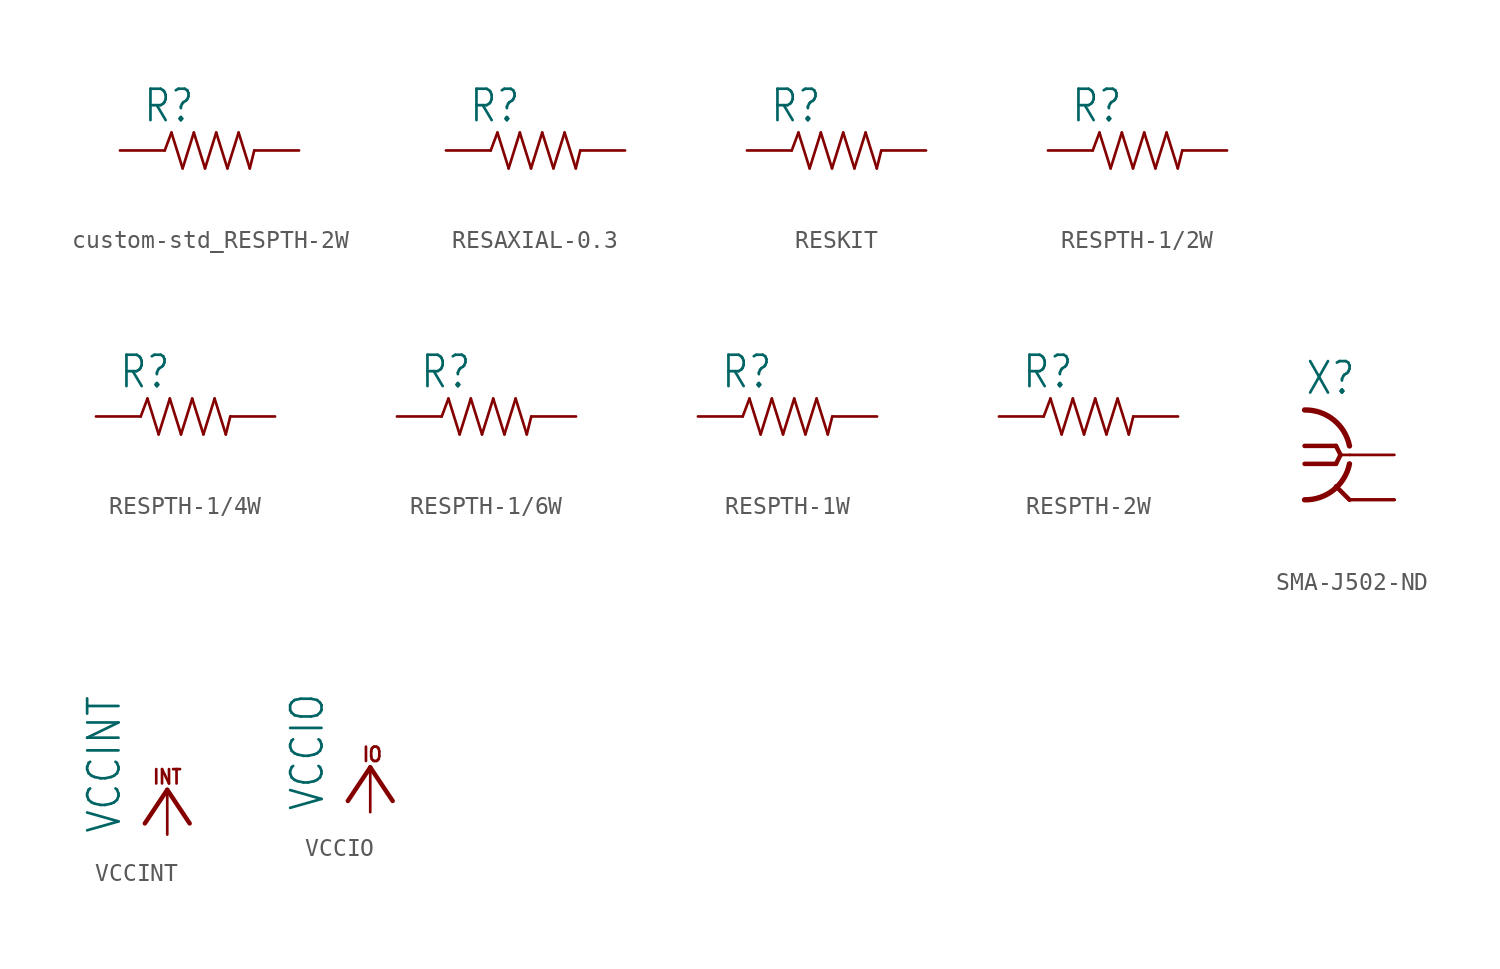
<source format=kicad_sym>
(kicad_symbol_lib
  (version 20220914)
  (generator kicad_symbol_editor)
  (symbol "custom-std_RESPTH-2W"
    (property "Reference" "R"
      (at -3.81 1.499 0)
      (effects (font (size 1.778 1.511)) (justify left bottom)))
    (property "Value" ""
      (at -3.81 -3.302 0)
      (effects (font (size 1.778 1.511)) (justify left bottom)))
    (property "ki_locked" ""
      (at 0 0 0)
      (effects (font (size 1.27 1.27))))
    (symbol "custom-std_RESPTH-2W_1_0"
      (polyline (pts (xy -2.54 0) (xy -2.159 1.016)) (stroke (width 0.152) (type solid)) (fill (type none)))
      (polyline (pts (xy -2.159 1.016) (xy -1.524 -1.016)) (stroke (width 0.152) (type solid)) (fill (type none)))
      (polyline (pts (xy -1.524 -1.016) (xy -0.889 1.016)) (stroke (width 0.152) (type solid)) (fill (type none)))
      (polyline (pts (xy -0.889 1.016) (xy -0.254 -1.016)) (stroke (width 0.152) (type solid)) (fill (type none)))
      (polyline (pts (xy -0.254 -1.016) (xy 0.381 1.016)) (stroke (width 0.152) (type solid)) (fill (type none)))
      (polyline (pts (xy 0.381 1.016) (xy 1.016 -1.016)) (stroke (width 0.152) (type solid)) (fill (type none)))
      (polyline (pts (xy 1.016 -1.016) (xy 1.651 1.016)) (stroke (width 0.152) (type solid)) (fill (type none)))
      (polyline (pts (xy 1.651 1.016) (xy 2.286 -1.016)) (stroke (width 0.152) (type solid)) (fill (type none)))
      (polyline (pts (xy 2.286 -1.016) (xy 2.54 0)) (stroke (width 0.152) (type solid)) (fill (type none)))
      (pin passive line (at -5.08 0 0) (length 2.54) (name "1" (effects (font (size 0 0)))) (number "P$1" (effects (font (size 0 0)))))
      (pin passive line (at 5.08 0 180) (length 2.54) (name "2" (effects (font (size 0 0)))) (number "P$2" (effects (font (size 0 0)))))))
  (symbol "RESAXIAL-0.3"
    (property "Reference" "R"
      (at -3.81 1.499 0)
      (effects (font (size 1.778 1.511)) (justify left bottom)))
    (property "Value" ""
      (at -3.81 -3.302 0)
      (effects (font (size 1.778 1.511)) (justify left bottom)))
    (property "ki_locked" ""
      (at 0 0 0)
      (effects (font (size 1.27 1.27))))
    (symbol "RESAXIAL-0.3_1_0"
      (polyline (pts (xy -2.54 0) (xy -2.159 1.016)) (stroke (width 0.152) (type solid)) (fill (type none)))
      (polyline (pts (xy -2.159 1.016) (xy -1.524 -1.016)) (stroke (width 0.152) (type solid)) (fill (type none)))
      (polyline (pts (xy -1.524 -1.016) (xy -0.889 1.016)) (stroke (width 0.152) (type solid)) (fill (type none)))
      (polyline (pts (xy -0.889 1.016) (xy -0.254 -1.016)) (stroke (width 0.152) (type solid)) (fill (type none)))
      (polyline (pts (xy -0.254 -1.016) (xy 0.381 1.016)) (stroke (width 0.152) (type solid)) (fill (type none)))
      (polyline (pts (xy 0.381 1.016) (xy 1.016 -1.016)) (stroke (width 0.152) (type solid)) (fill (type none)))
      (polyline (pts (xy 1.016 -1.016) (xy 1.651 1.016)) (stroke (width 0.152) (type solid)) (fill (type none)))
      (polyline (pts (xy 1.651 1.016) (xy 2.286 -1.016)) (stroke (width 0.152) (type solid)) (fill (type none)))
      (polyline (pts (xy 2.286 -1.016) (xy 2.54 0)) (stroke (width 0.152) (type solid)) (fill (type none)))
      (pin passive line (at -5.08 0 0) (length 2.54) (name "1" (effects (font (size 0 0)))) (number "P$1" (effects (font (size 0 0)))))
      (pin passive line (at 5.08 0 180) (length 2.54) (name "2" (effects (font (size 0 0)))) (number "P$2" (effects (font (size 0 0)))))))
  (symbol "RESKIT"
    (property "Reference" "R"
      (at -3.81 1.499 0)
      (effects (font (size 1.778 1.511)) (justify left bottom)))
    (property "Value" ""
      (at -3.81 -3.302 0)
      (effects (font (size 1.778 1.511)) (justify left bottom)))
    (property "ki_locked" ""
      (at 0 0 0)
      (effects (font (size 1.27 1.27))))
    (symbol "RESKIT_1_0"
      (polyline (pts (xy -2.54 0) (xy -2.159 1.016)) (stroke (width 0.152) (type solid)) (fill (type none)))
      (polyline (pts (xy -2.159 1.016) (xy -1.524 -1.016)) (stroke (width 0.152) (type solid)) (fill (type none)))
      (polyline (pts (xy -1.524 -1.016) (xy -0.889 1.016)) (stroke (width 0.152) (type solid)) (fill (type none)))
      (polyline (pts (xy -0.889 1.016) (xy -0.254 -1.016)) (stroke (width 0.152) (type solid)) (fill (type none)))
      (polyline (pts (xy -0.254 -1.016) (xy 0.381 1.016)) (stroke (width 0.152) (type solid)) (fill (type none)))
      (polyline (pts (xy 0.381 1.016) (xy 1.016 -1.016)) (stroke (width 0.152) (type solid)) (fill (type none)))
      (polyline (pts (xy 1.016 -1.016) (xy 1.651 1.016)) (stroke (width 0.152) (type solid)) (fill (type none)))
      (polyline (pts (xy 1.651 1.016) (xy 2.286 -1.016)) (stroke (width 0.152) (type solid)) (fill (type none)))
      (polyline (pts (xy 2.286 -1.016) (xy 2.54 0)) (stroke (width 0.152) (type solid)) (fill (type none)))
      (pin passive line (at -5.08 0 0) (length 2.54) (name "1" (effects (font (size 0 0)))) (number "P$1" (effects (font (size 0 0)))))
      (pin passive line (at 5.08 0 180) (length 2.54) (name "2" (effects (font (size 0 0)))) (number "P$2" (effects (font (size 0 0)))))))
  (symbol "RESPTH-1/2W"
    (property "Reference" "R"
      (at -3.81 1.499 0)
      (effects (font (size 1.778 1.511)) (justify left bottom)))
    (property "Value" ""
      (at -3.81 -3.302 0)
      (effects (font (size 1.778 1.511)) (justify left bottom)))
    (property "ki_locked" ""
      (at 0 0 0)
      (effects (font (size 1.27 1.27))))
    (symbol "RESPTH-1/2W_1_0"
      (polyline (pts (xy -2.54 0) (xy -2.159 1.016)) (stroke (width 0.152) (type solid)) (fill (type none)))
      (polyline (pts (xy -2.159 1.016) (xy -1.524 -1.016)) (stroke (width 0.152) (type solid)) (fill (type none)))
      (polyline (pts (xy -1.524 -1.016) (xy -0.889 1.016)) (stroke (width 0.152) (type solid)) (fill (type none)))
      (polyline (pts (xy -0.889 1.016) (xy -0.254 -1.016)) (stroke (width 0.152) (type solid)) (fill (type none)))
      (polyline (pts (xy -0.254 -1.016) (xy 0.381 1.016)) (stroke (width 0.152) (type solid)) (fill (type none)))
      (polyline (pts (xy 0.381 1.016) (xy 1.016 -1.016)) (stroke (width 0.152) (type solid)) (fill (type none)))
      (polyline (pts (xy 1.016 -1.016) (xy 1.651 1.016)) (stroke (width 0.152) (type solid)) (fill (type none)))
      (polyline (pts (xy 1.651 1.016) (xy 2.286 -1.016)) (stroke (width 0.152) (type solid)) (fill (type none)))
      (polyline (pts (xy 2.286 -1.016) (xy 2.54 0)) (stroke (width 0.152) (type solid)) (fill (type none)))
      (pin passive line (at -5.08 0 0) (length 2.54) (name "1" (effects (font (size 0 0)))) (number "P$1" (effects (font (size 0 0)))))
      (pin passive line (at 5.08 0 180) (length 2.54) (name "2" (effects (font (size 0 0)))) (number "P$2" (effects (font (size 0 0)))))))
  (symbol "RESPTH-1/4W"
    (property "Reference" "R"
      (at -3.81 1.499 0)
      (effects (font (size 1.778 1.511)) (justify left bottom)))
    (property "Value" ""
      (at -3.81 -3.302 0)
      (effects (font (size 1.778 1.511)) (justify left bottom)))
    (property "ki_locked" ""
      (at 0 0 0)
      (effects (font (size 1.27 1.27))))
    (symbol "RESPTH-1/4W_1_0"
      (polyline (pts (xy -2.54 0) (xy -2.159 1.016)) (stroke (width 0.152) (type solid)) (fill (type none)))
      (polyline (pts (xy -2.159 1.016) (xy -1.524 -1.016)) (stroke (width 0.152) (type solid)) (fill (type none)))
      (polyline (pts (xy -1.524 -1.016) (xy -0.889 1.016)) (stroke (width 0.152) (type solid)) (fill (type none)))
      (polyline (pts (xy -0.889 1.016) (xy -0.254 -1.016)) (stroke (width 0.152) (type solid)) (fill (type none)))
      (polyline (pts (xy -0.254 -1.016) (xy 0.381 1.016)) (stroke (width 0.152) (type solid)) (fill (type none)))
      (polyline (pts (xy 0.381 1.016) (xy 1.016 -1.016)) (stroke (width 0.152) (type solid)) (fill (type none)))
      (polyline (pts (xy 1.016 -1.016) (xy 1.651 1.016)) (stroke (width 0.152) (type solid)) (fill (type none)))
      (polyline (pts (xy 1.651 1.016) (xy 2.286 -1.016)) (stroke (width 0.152) (type solid)) (fill (type none)))
      (polyline (pts (xy 2.286 -1.016) (xy 2.54 0)) (stroke (width 0.152) (type solid)) (fill (type none)))
      (pin passive line (at -5.08 0 0) (length 2.54) (name "1" (effects (font (size 0 0)))) (number "P$1" (effects (font (size 0 0)))))
      (pin passive line (at 5.08 0 180) (length 2.54) (name "2" (effects (font (size 0 0)))) (number "P$2" (effects (font (size 0 0)))))))
  (symbol "RESPTH-1/6W"
    (property "Reference" "R"
      (at -3.81 1.499 0)
      (effects (font (size 1.778 1.511)) (justify left bottom)))
    (property "Value" ""
      (at -3.81 -3.302 0)
      (effects (font (size 1.778 1.511)) (justify left bottom)))
    (property "ki_locked" ""
      (at 0 0 0)
      (effects (font (size 1.27 1.27))))
    (symbol "RESPTH-1/6W_1_0"
      (polyline (pts (xy -2.54 0) (xy -2.159 1.016)) (stroke (width 0.152) (type solid)) (fill (type none)))
      (polyline (pts (xy -2.159 1.016) (xy -1.524 -1.016)) (stroke (width 0.152) (type solid)) (fill (type none)))
      (polyline (pts (xy -1.524 -1.016) (xy -0.889 1.016)) (stroke (width 0.152) (type solid)) (fill (type none)))
      (polyline (pts (xy -0.889 1.016) (xy -0.254 -1.016)) (stroke (width 0.152) (type solid)) (fill (type none)))
      (polyline (pts (xy -0.254 -1.016) (xy 0.381 1.016)) (stroke (width 0.152) (type solid)) (fill (type none)))
      (polyline (pts (xy 0.381 1.016) (xy 1.016 -1.016)) (stroke (width 0.152) (type solid)) (fill (type none)))
      (polyline (pts (xy 1.016 -1.016) (xy 1.651 1.016)) (stroke (width 0.152) (type solid)) (fill (type none)))
      (polyline (pts (xy 1.651 1.016) (xy 2.286 -1.016)) (stroke (width 0.152) (type solid)) (fill (type none)))
      (polyline (pts (xy 2.286 -1.016) (xy 2.54 0)) (stroke (width 0.152) (type solid)) (fill (type none)))
      (pin passive line (at -5.08 0 0) (length 2.54) (name "1" (effects (font (size 0 0)))) (number "1" (effects (font (size 0 0)))))
      (pin passive line (at 5.08 0 180) (length 2.54) (name "2" (effects (font (size 0 0)))) (number "2" (effects (font (size 0 0)))))))
  (symbol "RESPTH-1W"
    (property "Reference" "R"
      (at -3.81 1.499 0)
      (effects (font (size 1.778 1.511)) (justify left bottom)))
    (property "Value" ""
      (at -3.81 -3.302 0)
      (effects (font (size 1.778 1.511)) (justify left bottom)))
    (property "ki_locked" ""
      (at 0 0 0)
      (effects (font (size 1.27 1.27))))
    (symbol "RESPTH-1W_1_0"
      (polyline (pts (xy -2.54 0) (xy -2.159 1.016)) (stroke (width 0.152) (type solid)) (fill (type none)))
      (polyline (pts (xy -2.159 1.016) (xy -1.524 -1.016)) (stroke (width 0.152) (type solid)) (fill (type none)))
      (polyline (pts (xy -1.524 -1.016) (xy -0.889 1.016)) (stroke (width 0.152) (type solid)) (fill (type none)))
      (polyline (pts (xy -0.889 1.016) (xy -0.254 -1.016)) (stroke (width 0.152) (type solid)) (fill (type none)))
      (polyline (pts (xy -0.254 -1.016) (xy 0.381 1.016)) (stroke (width 0.152) (type solid)) (fill (type none)))
      (polyline (pts (xy 0.381 1.016) (xy 1.016 -1.016)) (stroke (width 0.152) (type solid)) (fill (type none)))
      (polyline (pts (xy 1.016 -1.016) (xy 1.651 1.016)) (stroke (width 0.152) (type solid)) (fill (type none)))
      (polyline (pts (xy 1.651 1.016) (xy 2.286 -1.016)) (stroke (width 0.152) (type solid)) (fill (type none)))
      (polyline (pts (xy 2.286 -1.016) (xy 2.54 0)) (stroke (width 0.152) (type solid)) (fill (type none)))
      (pin passive line (at -5.08 0 0) (length 2.54) (name "1" (effects (font (size 0 0)))) (number "P$1" (effects (font (size 0 0)))))
      (pin passive line (at 5.08 0 180) (length 2.54) (name "2" (effects (font (size 0 0)))) (number "P$2" (effects (font (size 0 0)))))))
  (symbol "RESPTH-2W"
    (property "Reference" "R"
      (at -3.81 1.499 0)
      (effects (font (size 1.778 1.511)) (justify left bottom)))
    (property "Value" ""
      (at -3.81 -3.302 0)
      (effects (font (size 1.778 1.511)) (justify left bottom)))
    (property "ki_locked" ""
      (at 0 0 0)
      (effects (font (size 1.27 1.27))))
    (symbol "RESPTH-2W_1_0"
      (polyline (pts (xy -2.54 0) (xy -2.159 1.016)) (stroke (width 0.152) (type solid)) (fill (type none)))
      (polyline (pts (xy -2.159 1.016) (xy -1.524 -1.016)) (stroke (width 0.152) (type solid)) (fill (type none)))
      (polyline (pts (xy -1.524 -1.016) (xy -0.889 1.016)) (stroke (width 0.152) (type solid)) (fill (type none)))
      (polyline (pts (xy -0.889 1.016) (xy -0.254 -1.016)) (stroke (width 0.152) (type solid)) (fill (type none)))
      (polyline (pts (xy -0.254 -1.016) (xy 0.381 1.016)) (stroke (width 0.152) (type solid)) (fill (type none)))
      (polyline (pts (xy 0.381 1.016) (xy 1.016 -1.016)) (stroke (width 0.152) (type solid)) (fill (type none)))
      (polyline (pts (xy 1.016 -1.016) (xy 1.651 1.016)) (stroke (width 0.152) (type solid)) (fill (type none)))
      (polyline (pts (xy 1.651 1.016) (xy 2.286 -1.016)) (stroke (width 0.152) (type solid)) (fill (type none)))
      (polyline (pts (xy 2.286 -1.016) (xy 2.54 0)) (stroke (width 0.152) (type solid)) (fill (type none)))
      (pin passive line (at -5.08 0 0) (length 2.54) (name "1" (effects (font (size 0 0)))) (number "P$1" (effects (font (size 0 0)))))
      (pin passive line (at 5.08 0 180) (length 2.54) (name "2" (effects (font (size 0 0)))) (number "P$2" (effects (font (size 0 0)))))))
  (symbol "SMA-J502-ND"
    (property "Reference" "X"
      (at -2.54 3.302 0)
      (effects (font (size 1.778 1.511)) (justify left bottom)))
    (property "Value" ""
      (at -2.54 -5.08 0)
      (effects (font (size 1.778 1.511)) (justify left bottom)))
    (property "ki_locked" ""
      (at 0 0 0)
      (effects (font (size 1.27 1.27))))
    (symbol "SMA-J502-ND_1_0"
      (arc (start -2.54 -2.54) (mid -0.9022 -1.9838) (end 0 -0.508) (stroke (width 0.3048) (type solid)) (fill (type none)))
      (polyline (pts (xy -2.54 0.508) (xy -0.762 0.508)) (stroke (width 0.254) (type solid)) (fill (type none)))
      (polyline (pts (xy -0.762 -0.508) (xy -2.54 -0.508)) (stroke (width 0.254) (type solid)) (fill (type none)))
      (polyline (pts (xy -0.762 0.508) (xy -0.508 0)) (stroke (width 0.254) (type solid)) (fill (type none)))
      (polyline (pts (xy -0.508 0) (xy -0.762 -0.508)) (stroke (width 0.254) (type solid)) (fill (type none)))
      (polyline (pts (xy 0 -2.54) (xy -0.762 -1.778)) (stroke (width 0.254) (type solid)) (fill (type none)))
      (polyline (pts (xy 0 0) (xy -0.508 0)) (stroke (width 0.152) (type solid)) (fill (type none)))
      (arc (start 0 0.508) (mid -0.9022 1.9838) (end -2.54 2.54) (stroke (width 0.3048) (type solid)) (fill (type none)))
      (pin passive line (at 2.54 0 180) (length 2.54) (name "1" (effects (font (size 0 0)))) (number "1" (effects (font (size 0 0)))))
      (pin passive line (at 2.54 -2.54 180) (length 2.54) (name "2" (effects (font (size 0 0)))) (number "2" (effects (font (size 0 0)))))
      (pin passive line (at 2.54 -2.54 180) (length 2.54) (name "2" (effects (font (size 0 0)))) (number "3" (effects (font (size 0 0)))))
      (pin passive line (at 2.54 -2.54 180) (length 2.54) (name "2" (effects (font (size 0 0)))) (number "4" (effects (font (size 0 0)))))
      (pin passive line (at 2.54 -2.54 180) (length 2.54) (name "2" (effects (font (size 0 0)))) (number "5" (effects (font (size 0 0)))))))
  (symbol "VCCINT"
    (power)
    (property "Reference" "#VCC"
      (at 0 0 0)
      (effects (font (size 1.27 1.27)) hide))
    (property "Value" "VCCINT"
      (at -2.54 -2.54 90)
      (effects (font (size 1.778 1.511)) (justify left bottom)))
    (property "ki_locked" ""
      (at 0 0 0)
      (effects (font (size 1.27 1.27))))
    (symbol "VCCINT_1_0"
      (polyline (pts (xy 0 0) (xy -1.27 -1.905)) (stroke (width 0.254) (type solid)) (fill (type none)))
      (polyline (pts (xy 1.27 -1.905) (xy 0 0)) (stroke (width 0.254) (type solid)) (fill (type none)))
      (text "INT" (at -0.889 0.254 0) (effects (font (size 0.813 0.691)) (justify left bottom)))
      (pin power_in line (at 0 -2.54 90) (length 2.54) (name "VCCINT" (effects (font (size 0 0)))) (number "1" (effects (font (size 0 0)))))))
  (symbol "VCCIO"
    (power)
    (property "Reference" "#VCC"
      (at 0 0 0)
      (effects (font (size 1.27 1.27)) hide))
    (property "Value" "VCCIO"
      (at -2.54 -2.54 90)
      (effects (font (size 1.778 1.511)) (justify left bottom)))
    (property "ki_locked" ""
      (at 0 0 0)
      (effects (font (size 1.27 1.27))))
    (symbol "VCCIO_1_0"
      (polyline (pts (xy 0 0) (xy -1.27 -1.905)) (stroke (width 0.254) (type solid)) (fill (type none)))
      (polyline (pts (xy 1.27 -1.905) (xy 0 0)) (stroke (width 0.254) (type solid)) (fill (type none)))
      (text "IO" (at -0.508 0.254 0) (effects (font (size 0.813 0.691)) (justify left bottom)))
      (pin power_in line (at 0 -2.54 90) (length 2.54) (name "VCCIO" (effects (font (size 0 0)))) (number "1" (effects (font (size 0 0))))))))
</source>
